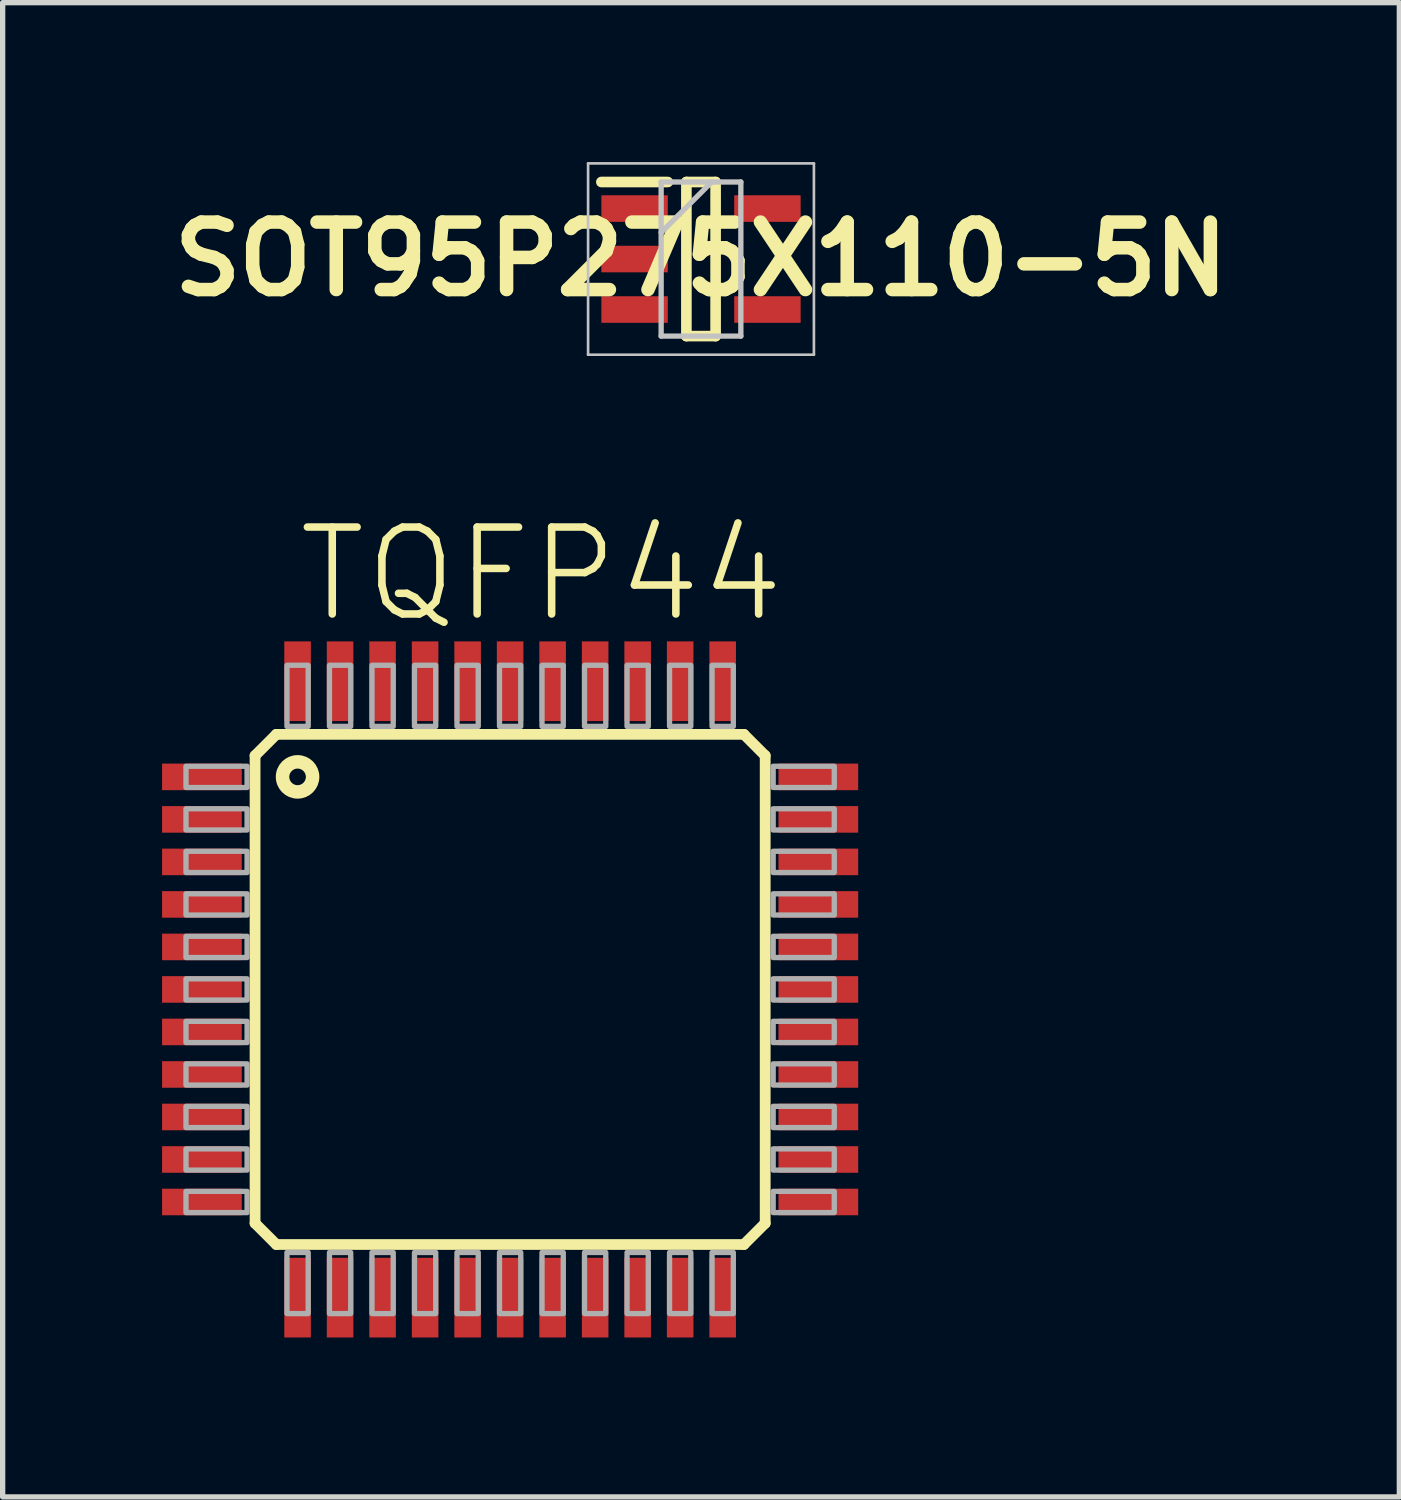
<source format=kicad_pcb>
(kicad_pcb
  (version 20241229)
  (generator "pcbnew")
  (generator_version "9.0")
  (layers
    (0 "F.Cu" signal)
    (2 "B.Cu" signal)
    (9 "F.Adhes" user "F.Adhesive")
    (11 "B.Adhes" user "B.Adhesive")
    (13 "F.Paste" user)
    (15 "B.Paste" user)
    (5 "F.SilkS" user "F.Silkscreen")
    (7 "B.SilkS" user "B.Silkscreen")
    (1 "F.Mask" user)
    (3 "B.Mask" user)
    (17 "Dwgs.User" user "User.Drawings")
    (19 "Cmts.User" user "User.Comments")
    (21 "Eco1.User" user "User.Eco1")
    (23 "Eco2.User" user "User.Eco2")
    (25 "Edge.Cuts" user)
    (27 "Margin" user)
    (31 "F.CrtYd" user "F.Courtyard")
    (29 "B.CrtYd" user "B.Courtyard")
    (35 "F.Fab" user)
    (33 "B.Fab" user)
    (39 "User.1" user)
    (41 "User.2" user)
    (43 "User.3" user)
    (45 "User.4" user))
  (footprint "SOT95P275X110-5N"
    (layer "F.Cu")
    (at 10.142 1.825)
    (property "Reference" "SOT95P275X110-5N" (at 0 0 0) (unlocked yes) (layer "F.SilkS") (effects (font (size 1.27 1.27) (thickness 0.254))))
    (attr smd)
    (fp_line (start -1.875 -1.45) (end -0.625 -1.45) (stroke (width 0.2) (type solid)) (layer "F.SilkS"))
    (fp_line (start -0.275 -1.45) (end 0.275 -1.45) (stroke (width 0.2) (type solid)) (layer "F.SilkS"))
    (fp_line (start -0.275 1.45) (end -0.275 -1.45) (stroke (width 0.2) (type solid)) (layer "F.SilkS"))
    (fp_line (start 0.275 -1.45) (end 0.275 1.45) (stroke (width 0.2) (type solid)) (layer "F.SilkS"))
    (fp_line (start 0.275 1.45) (end -0.275 1.45) (stroke (width 0.2) (type solid)) (layer "F.SilkS"))
    (fp_line (start -2.125 -1.8) (end 2.125 -1.8) (stroke (width 0.05) (type solid)) (layer "Dwgs.User"))
    (fp_line (start -2.125 1.8) (end -2.125 -1.8) (stroke (width 0.05) (type solid)) (layer "Dwgs.User"))
    (fp_line (start -0.75 -1.45) (end 0.75 -1.45) (stroke (width 0.1) (type solid)) (layer "Dwgs.User"))
    (fp_line (start -0.75 -0.5) (end 0.2 -1.45) (stroke (width 0.1) (type solid)) (layer "Dwgs.User"))
    (fp_line (start -0.75 1.45) (end -0.75 -1.45) (stroke (width 0.1) (type solid)) (layer "Dwgs.User"))
    (fp_line (start 0.75 -1.45) (end 0.75 1.45) (stroke (width 0.1) (type solid)) (layer "Dwgs.User"))
    (fp_line (start 0.75 1.45) (end -0.75 1.45) (stroke (width 0.1) (type solid)) (layer "Dwgs.User"))
    (fp_line (start 2.125 -1.8) (end 2.125 1.8) (stroke (width 0.05) (type solid)) (layer "Dwgs.User"))
    (fp_line (start 2.125 1.8) (end -2.125 1.8) (stroke (width 0.05) (type solid)) (layer "Dwgs.User"))
    (pad "1" smd rect (at -1.25 -0.95 90) (size 0.5 1.25) (layers "F.Cu" "F.Mask" "F.Paste"))
    (pad "2" smd rect (at -1.25 0 90) (size 0.5 1.25) (layers "F.Cu" "F.Mask" "F.Paste"))
    (pad "3" smd rect (at -1.25 0.95 90) (size 0.5 1.25) (layers "F.Cu" "F.Mask" "F.Paste"))
    (pad "4" smd rect (at 1.25 0.95 90) (size 0.5 1.25) (layers "F.Cu" "F.Mask" "F.Paste"))
    (pad "5" smd rect (at 1.25 -0.95 90) (size 0.5 1.25) (layers "F.Cu" "F.Mask" "F.Paste")))
  (footprint "TQFP44"
    (layer "F.Cu")
    (at 6.55 15.57)
    (property "Reference" "TQFP44" (at -4.064 -6.858 0) (unlocked yes) (layer "F.SilkS") (effects (font (size 1.636 1.636) (thickness 0.142)) (justify left bottom)))
    (fp_line (start -4.8 -4.4) (end -4.4 -4.8) (stroke (width 0.203) (type solid)) (layer "F.SilkS"))
    (fp_line (start -4.8 4.4) (end -4.8 -4.4) (stroke (width 0.203) (type solid)) (layer "F.SilkS"))
    (fp_line (start -4.4 -4.8) (end 4.4 -4.8) (stroke (width 0.203) (type solid)) (layer "F.SilkS"))
    (fp_line (start -4.4 4.8) (end -4.8 4.4) (stroke (width 0.203) (type solid)) (layer "F.SilkS"))
    (fp_line (start 4.4 -4.8) (end 4.8 -4.4) (stroke (width 0.203) (type solid)) (layer "F.SilkS"))
    (fp_line (start 4.4 4.8) (end -4.4 4.8) (stroke (width 0.203) (type solid)) (layer "F.SilkS"))
    (fp_line (start 4.8 -4.4) (end 4.8 4.4) (stroke (width 0.203) (type solid)) (layer "F.SilkS"))
    (fp_line (start 4.8 4.4) (end 4.4 4.8) (stroke (width 0.203) (type solid)) (layer "F.SilkS"))
    (fp_circle (center -4 -4) (end -3.717 -4) (stroke (width 0.254) (type solid)) (fill no) (layer "F.SilkS"))
    (fp_poly (pts (xy -6.1 -3.8) (xy -4.95 -3.8) (xy -4.95 -4.2) (xy -6.1 -4.2)) (stroke (width 0.1) (type default)) (fill no) (layer "F.Fab"))
    (fp_poly (pts (xy -6.1 -3) (xy -4.95 -3) (xy -4.95 -3.4) (xy -6.1 -3.4)) (stroke (width 0.1) (type default)) (fill no) (layer "F.Fab"))
    (fp_poly (pts (xy -6.1 -2.2) (xy -4.95 -2.2) (xy -4.95 -2.6) (xy -6.1 -2.6)) (stroke (width 0.1) (type default)) (fill no) (layer "F.Fab"))
    (fp_poly (pts (xy -6.1 -1.4) (xy -4.95 -1.4) (xy -4.95 -1.8) (xy -6.1 -1.8)) (stroke (width 0.1) (type default)) (fill no) (layer "F.Fab"))
    (fp_poly (pts (xy -6.1 -0.6) (xy -4.95 -0.6) (xy -4.95 -1) (xy -6.1 -1)) (stroke (width 0.1) (type default)) (fill no) (layer "F.Fab"))
    (fp_poly (pts (xy -6.1 0.2) (xy -4.95 0.2) (xy -4.95 -0.2) (xy -6.1 -0.2)) (stroke (width 0.1) (type default)) (fill no) (layer "F.Fab"))
    (fp_poly (pts (xy -6.1 1) (xy -4.95 1) (xy -4.95 0.6) (xy -6.1 0.6)) (stroke (width 0.1) (type default)) (fill no) (layer "F.Fab"))
    (fp_poly (pts (xy -6.1 1.8) (xy -4.95 1.8) (xy -4.95 1.4) (xy -6.1 1.4)) (stroke (width 0.1) (type default)) (fill no) (layer "F.Fab"))
    (fp_poly (pts (xy -6.1 2.6) (xy -4.95 2.6) (xy -4.95 2.2) (xy -6.1 2.2)) (stroke (width 0.1) (type default)) (fill no) (layer "F.Fab"))
    (fp_poly (pts (xy -6.1 3.4) (xy -4.95 3.4) (xy -4.95 3) (xy -6.1 3)) (stroke (width 0.1) (type default)) (fill no) (layer "F.Fab"))
    (fp_poly (pts (xy -6.1 4.2) (xy -4.95 4.2) (xy -4.95 3.8) (xy -6.1 3.8)) (stroke (width 0.1) (type default)) (fill no) (layer "F.Fab"))
    (fp_poly (pts (xy -4.2 -4.95) (xy -3.8 -4.95) (xy -3.8 -6.1) (xy -4.2 -6.1)) (stroke (width 0.1) (type default)) (fill no) (layer "F.Fab"))
    (fp_poly (pts (xy -4.2 6.1) (xy -3.8 6.1) (xy -3.8 4.95) (xy -4.2 4.95)) (stroke (width 0.1) (type default)) (fill no) (layer "F.Fab"))
    (fp_poly (pts (xy -3.4 -4.95) (xy -3 -4.95) (xy -3 -6.1) (xy -3.4 -6.1)) (stroke (width 0.1) (type default)) (fill no) (layer "F.Fab"))
    (fp_poly (pts (xy -3.4 6.1) (xy -3 6.1) (xy -3 4.95) (xy -3.4 4.95)) (stroke (width 0.1) (type default)) (fill no) (layer "F.Fab"))
    (fp_poly (pts (xy -2.6 -4.95) (xy -2.2 -4.95) (xy -2.2 -6.1) (xy -2.6 -6.1)) (stroke (width 0.1) (type default)) (fill no) (layer "F.Fab"))
    (fp_poly (pts (xy -2.6 6.1) (xy -2.2 6.1) (xy -2.2 4.95) (xy -2.6 4.95)) (stroke (width 0.1) (type default)) (fill no) (layer "F.Fab"))
    (fp_poly (pts (xy -1.8 -4.95) (xy -1.4 -4.95) (xy -1.4 -6.1) (xy -1.8 -6.1)) (stroke (width 0.1) (type default)) (fill no) (layer "F.Fab"))
    (fp_poly (pts (xy -1.8 6.1) (xy -1.4 6.1) (xy -1.4 4.95) (xy -1.8 4.95)) (stroke (width 0.1) (type default)) (fill no) (layer "F.Fab"))
    (fp_poly (pts (xy -1 -4.95) (xy -0.6 -4.95) (xy -0.6 -6.1) (xy -1 -6.1)) (stroke (width 0.1) (type default)) (fill no) (layer "F.Fab"))
    (fp_poly (pts (xy -1 6.1) (xy -0.6 6.1) (xy -0.6 4.95) (xy -1 4.95)) (stroke (width 0.1) (type default)) (fill no) (layer "F.Fab"))
    (fp_poly (pts (xy -0.2 -4.95) (xy 0.2 -4.95) (xy 0.2 -6.1) (xy -0.2 -6.1)) (stroke (width 0.1) (type default)) (fill no) (layer "F.Fab"))
    (fp_poly (pts (xy -0.2 6.1) (xy 0.2 6.1) (xy 0.2 4.95) (xy -0.2 4.95)) (stroke (width 0.1) (type default)) (fill no) (layer "F.Fab"))
    (fp_poly (pts (xy 0.6 -4.95) (xy 1 -4.95) (xy 1 -6.1) (xy 0.6 -6.1)) (stroke (width 0.1) (type default)) (fill no) (layer "F.Fab"))
    (fp_poly (pts (xy 0.6 6.1) (xy 1 6.1) (xy 1 4.95) (xy 0.6 4.95)) (stroke (width 0.1) (type default)) (fill no) (layer "F.Fab"))
    (fp_poly (pts (xy 1.4 -4.95) (xy 1.8 -4.95) (xy 1.8 -6.1) (xy 1.4 -6.1)) (stroke (width 0.1) (type default)) (fill no) (layer "F.Fab"))
    (fp_poly (pts (xy 1.4 6.1) (xy 1.8 6.1) (xy 1.8 4.95) (xy 1.4 4.95)) (stroke (width 0.1) (type default)) (fill no) (layer "F.Fab"))
    (fp_poly (pts (xy 2.2 -4.95) (xy 2.6 -4.95) (xy 2.6 -6.1) (xy 2.2 -6.1)) (stroke (width 0.1) (type default)) (fill no) (layer "F.Fab"))
    (fp_poly (pts (xy 2.2 6.1) (xy 2.6 6.1) (xy 2.6 4.95) (xy 2.2 4.95)) (stroke (width 0.1) (type default)) (fill no) (layer "F.Fab"))
    (fp_poly (pts (xy 3 -4.95) (xy 3.4 -4.95) (xy 3.4 -6.1) (xy 3 -6.1)) (stroke (width 0.1) (type default)) (fill no) (layer "F.Fab"))
    (fp_poly (pts (xy 3 6.1) (xy 3.4 6.1) (xy 3.4 4.95) (xy 3 4.95)) (stroke (width 0.1) (type default)) (fill no) (layer "F.Fab"))
    (fp_poly (pts (xy 3.8 -4.95) (xy 4.2 -4.95) (xy 4.2 -6.1) (xy 3.8 -6.1)) (stroke (width 0.1) (type default)) (fill no) (layer "F.Fab"))
    (fp_poly (pts (xy 3.8 6.1) (xy 4.2 6.1) (xy 4.2 4.95) (xy 3.8 4.95)) (stroke (width 0.1) (type default)) (fill no) (layer "F.Fab"))
    (fp_poly (pts (xy 4.95 -3.8) (xy 6.1 -3.8) (xy 6.1 -4.2) (xy 4.95 -4.2)) (stroke (width 0.1) (type default)) (fill no) (layer "F.Fab"))
    (fp_poly (pts (xy 4.95 -3) (xy 6.1 -3) (xy 6.1 -3.4) (xy 4.95 -3.4)) (stroke (width 0.1) (type default)) (fill no) (layer "F.Fab"))
    (fp_poly (pts (xy 4.95 -2.2) (xy 6.1 -2.2) (xy 6.1 -2.6) (xy 4.95 -2.6)) (stroke (width 0.1) (type default)) (fill no) (layer "F.Fab"))
    (fp_poly (pts (xy 4.95 -1.4) (xy 6.1 -1.4) (xy 6.1 -1.8) (xy 4.95 -1.8)) (stroke (width 0.1) (type default)) (fill no) (layer "F.Fab"))
    (fp_poly (pts (xy 4.95 -0.6) (xy 6.1 -0.6) (xy 6.1 -1) (xy 4.95 -1)) (stroke (width 0.1) (type default)) (fill no) (layer "F.Fab"))
    (fp_poly (pts (xy 4.95 0.2) (xy 6.1 0.2) (xy 6.1 -0.2) (xy 4.95 -0.2)) (stroke (width 0.1) (type default)) (fill no) (layer "F.Fab"))
    (fp_poly (pts (xy 4.95 1) (xy 6.1 1) (xy 6.1 0.6) (xy 4.95 0.6)) (stroke (width 0.1) (type default)) (fill no) (layer "F.Fab"))
    (fp_poly (pts (xy 4.95 1.8) (xy 6.1 1.8) (xy 6.1 1.4) (xy 4.95 1.4)) (stroke (width 0.1) (type default)) (fill no) (layer "F.Fab"))
    (fp_poly (pts (xy 4.95 2.6) (xy 6.1 2.6) (xy 6.1 2.2) (xy 4.95 2.2)) (stroke (width 0.1) (type default)) (fill no) (layer "F.Fab"))
    (fp_poly (pts (xy 4.95 3.4) (xy 6.1 3.4) (xy 6.1 3) (xy 4.95 3)) (stroke (width 0.1) (type default)) (fill no) (layer "F.Fab"))
    (fp_poly (pts (xy 4.95 4.2) (xy 6.1 4.2) (xy 6.1 3.8) (xy 4.95 3.8)) (stroke (width 0.1) (type default)) (fill no) (layer "F.Fab"))
    (pad "1" smd rect (at -5.8 -4) (size 1.5 0.5) (layers "F.Cu" "F.Mask" "F.Paste"))
    (pad "2" smd rect (at -5.8 -3.2) (size 1.5 0.5) (layers "F.Cu" "F.Mask" "F.Paste"))
    (pad "3" smd rect (at -5.8 -2.4) (size 1.5 0.5) (layers "F.Cu" "F.Mask" "F.Paste"))
    (pad "4" smd rect (at -5.8 -1.6) (size 1.5 0.5) (layers "F.Cu" "F.Mask" "F.Paste"))
    (pad "5" smd rect (at -5.8 -0.8) (size 1.5 0.5) (layers "F.Cu" "F.Mask" "F.Paste"))
    (pad "6" smd rect (at -5.8 0) (size 1.5 0.5) (layers "F.Cu" "F.Mask" "F.Paste"))
    (pad "7" smd rect (at -5.8 0.8) (size 1.5 0.5) (layers "F.Cu" "F.Mask" "F.Paste"))
    (pad "8" smd rect (at -5.8 1.6) (size 1.5 0.5) (layers "F.Cu" "F.Mask" "F.Paste"))
    (pad "9" smd rect (at -5.8 2.4) (size 1.5 0.5) (layers "F.Cu" "F.Mask" "F.Paste"))
    (pad "10" smd rect (at -5.8 3.2) (size 1.5 0.5) (layers "F.Cu" "F.Mask" "F.Paste"))
    (pad "11" smd rect (at -5.8 4) (size 1.5 0.5) (layers "F.Cu" "F.Mask" "F.Paste"))
    (pad "12" smd rect (at -4 5.8) (size 0.5 1.5) (layers "F.Cu" "F.Mask" "F.Paste"))
    (pad "13" smd rect (at -3.2 5.8) (size 0.5 1.5) (layers "F.Cu" "F.Mask" "F.Paste"))
    (pad "14" smd rect (at -2.4 5.8) (size 0.5 1.5) (layers "F.Cu" "F.Mask" "F.Paste"))
    (pad "15" smd rect (at -1.6 5.8) (size 0.5 1.5) (layers "F.Cu" "F.Mask" "F.Paste"))
    (pad "16" smd rect (at -0.8 5.8) (size 0.5 1.5) (layers "F.Cu" "F.Mask" "F.Paste"))
    (pad "17" smd rect (at 0 5.8) (size 0.5 1.5) (layers "F.Cu" "F.Mask" "F.Paste"))
    (pad "18" smd rect (at 0.8 5.8) (size 0.5 1.5) (layers "F.Cu" "F.Mask" "F.Paste"))
    (pad "19" smd rect (at 1.6 5.8) (size 0.5 1.5) (layers "F.Cu" "F.Mask" "F.Paste"))
    (pad "20" smd rect (at 2.4 5.8) (size 0.5 1.5) (layers "F.Cu" "F.Mask" "F.Paste"))
    (pad "21" smd rect (at 3.2 5.8) (size 0.5 1.5) (layers "F.Cu" "F.Mask" "F.Paste"))
    (pad "22" smd rect (at 4 5.8) (size 0.5 1.5) (layers "F.Cu" "F.Mask" "F.Paste"))
    (pad "23" smd rect (at 5.8 4) (size 1.5 0.5) (layers "F.Cu" "F.Mask" "F.Paste"))
    (pad "24" smd rect (at 5.8 3.2) (size 1.5 0.5) (layers "F.Cu" "F.Mask" "F.Paste"))
    (pad "25" smd rect (at 5.8 2.4) (size 1.5 0.5) (layers "F.Cu" "F.Mask" "F.Paste"))
    (pad "26" smd rect (at 5.8 1.6) (size 1.5 0.5) (layers "F.Cu" "F.Mask" "F.Paste"))
    (pad "27" smd rect (at 5.8 0.8) (size 1.5 0.5) (layers "F.Cu" "F.Mask" "F.Paste"))
    (pad "28" smd rect (at 5.8 0) (size 1.5 0.5) (layers "F.Cu" "F.Mask" "F.Paste"))
    (pad "29" smd rect (at 5.8 -0.8) (size 1.5 0.5) (layers "F.Cu" "F.Mask" "F.Paste"))
    (pad "30" smd rect (at 5.8 -1.6) (size 1.5 0.5) (layers "F.Cu" "F.Mask" "F.Paste"))
    (pad "31" smd rect (at 5.8 -2.4) (size 1.5 0.5) (layers "F.Cu" "F.Mask" "F.Paste"))
    (pad "32" smd rect (at 5.8 -3.2) (size 1.5 0.5) (layers "F.Cu" "F.Mask" "F.Paste"))
    (pad "33" smd rect (at 5.8 -4) (size 1.5 0.5) (layers "F.Cu" "F.Mask" "F.Paste"))
    (pad "34" smd rect (at 4 -5.8) (size 0.5 1.5) (layers "F.Cu" "F.Mask" "F.Paste"))
    (pad "35" smd rect (at 3.2 -5.8) (size 0.5 1.5) (layers "F.Cu" "F.Mask" "F.Paste"))
    (pad "36" smd rect (at 2.4 -5.8) (size 0.5 1.5) (layers "F.Cu" "F.Mask" "F.Paste"))
    (pad "37" smd rect (at 1.6 -5.8) (size 0.5 1.5) (layers "F.Cu" "F.Mask" "F.Paste"))
    (pad "38" smd rect (at 0.8 -5.8) (size 0.5 1.5) (layers "F.Cu" "F.Mask" "F.Paste"))
    (pad "39" smd rect (at 0 -5.8) (size 0.5 1.5) (layers "F.Cu" "F.Mask" "F.Paste"))
    (pad "40" smd rect (at -0.8 -5.8) (size 0.5 1.5) (layers "F.Cu" "F.Mask" "F.Paste"))
    (pad "41" smd rect (at -1.6 -5.8) (size 0.5 1.5) (layers "F.Cu" "F.Mask" "F.Paste"))
    (pad "42" smd rect (at -2.4 -5.8) (size 0.5 1.5) (layers "F.Cu" "F.Mask" "F.Paste"))
    (pad "43" smd rect (at -3.2 -5.8) (size 0.5 1.5) (layers "F.Cu" "F.Mask" "F.Paste"))
    (pad "44" smd rect (at -4 -5.8) (size 0.5 1.5) (layers "F.Cu" "F.Mask" "F.Paste")))
  (gr_rect
    (start -3 -3)
    (end 23.284 25.12)
    (stroke (width 0.1) (type default))
    (fill no)
    (layer "Edge.Cuts")))
</source>
